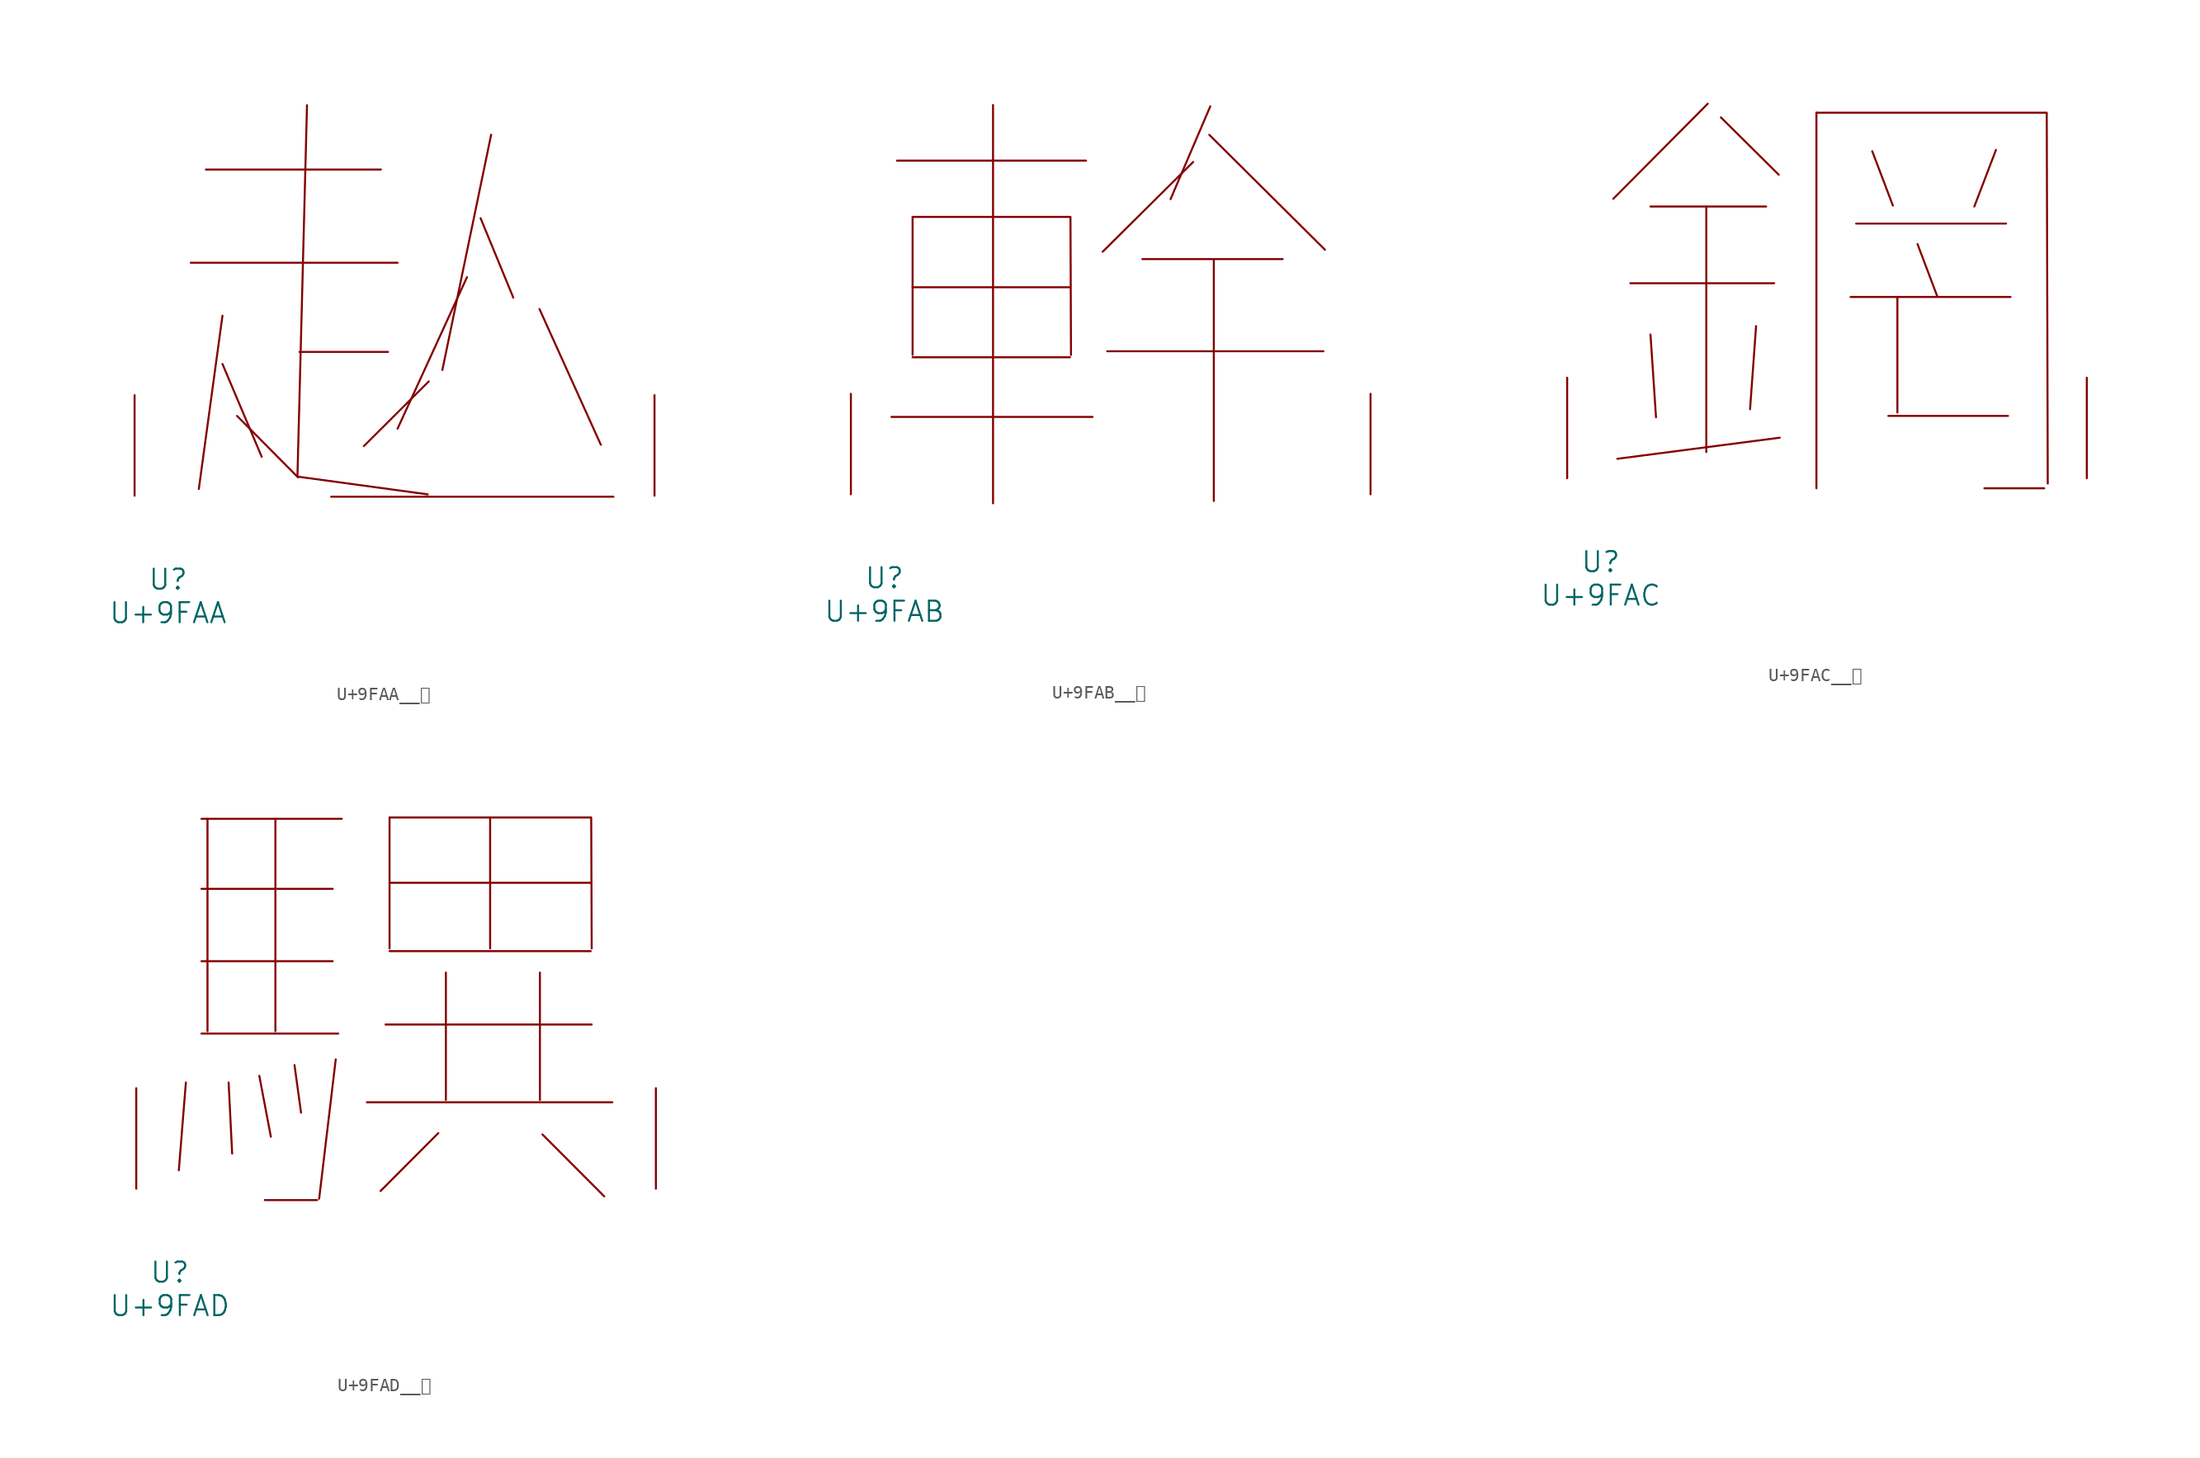
<source format=kicad_sym>
(kicad_symbol_lib
  (version 20231120)
  (generator "kicad_symbol_editor")
  (generator_version "8.0")
  (symbol "U+9FAA__龪"
    (pin_names
      (offset 1.016))
    (property "Reference" "U"
      (at 0 -6.35 0)
      (effects (font (size 1.524 1.524))))
    (property "Value" "U+9FAA"
      (at 0 -8.89 0)
      (effects (font (size 1.524 1.524))))
    (symbol "U+9FAA__龪_0_1"
      (polyline (pts (xy 1.714 17.653) (xy 17.374 17.653)) (stroke (width 0) (type solid)) (fill (type none)))
      (polyline (pts (xy 2.857 24.714) (xy 16.116 24.714)) (stroke (width 0) (type solid)) (fill (type none)))
      (polyline (pts (xy 4.115 9.982) (xy 7.087 2.946)) (stroke (width 0) (type solid)) (fill (type none)))
      (polyline (pts (xy 4.115 13.64) (xy 2.324 0.508)) (stroke (width 0) (type solid)) (fill (type none)))
      (polyline (pts (xy 5.22 6.045) (xy 9.83 1.397)) (stroke (width 0) (type solid)) (fill (type none)))
      (polyline (pts (xy 9.944 10.897) (xy 16.65 10.897)) (stroke (width 0) (type solid)) (fill (type none)))
      (polyline (pts (xy 12.344 -0.076) (xy 33.718 -0.076)) (stroke (width 0) (type solid)) (fill (type none)))
      (polyline (pts (xy 19.736 8.661) (xy 14.821 3.759)) (stroke (width 0) (type solid)) (fill (type none)))
      (polyline (pts (xy 22.631 16.561) (xy 17.374 5.08)) (stroke (width 0) (type solid)) (fill (type none)))
      (polyline (pts (xy 23.66 21.031) (xy 26.137 15.011)) (stroke (width 0) (type solid)) (fill (type none)))
      (polyline (pts (xy 24.46 27.356) (xy 20.765 9.525)) (stroke (width 0) (type solid)) (fill (type none)))
      (polyline (pts (xy 28.118 14.148) (xy 32.766 3.861)) (stroke (width 0) (type solid)) (fill (type none)))
      (polyline (pts (xy 10.516 29.591) (xy 9.792 1.448) (xy 19.66 0.102)) (stroke (width 0) (type solid)) (fill (type none)))
      (pin input line (at -2.54 0 90) (length 7.62) (name "~" (effects (font (size 1.27 1.27)))) (number "~" (effects (font (size 1.27 1.27)))))
      (pin input line (at 36.83 0 90) (length 7.62) (name "~" (effects (font (size 1.27 1.27)))) (number "~" (effects (font (size 1.27 1.27)))))))
  (symbol "U+9FAB__龫"
    (pin_names
      (offset 1.016))
    (property "Reference" "U"
      (at 0 -6.35 0)
      (effects (font (size 1.524 1.524))))
    (property "Value" "U+9FAB"
      (at 0 -8.89 0)
      (effects (font (size 1.524 1.524))))
    (symbol "U+9FAB__龫_0_1"
      (polyline (pts (xy 0.533 5.867) (xy 15.773 5.867)) (stroke (width 0) (type solid)) (fill (type none)))
      (polyline (pts (xy 0.953 25.298) (xy 15.278 25.298)) (stroke (width 0) (type solid)) (fill (type none)))
      (polyline (pts (xy 2.134 10.389) (xy 14.059 10.389)) (stroke (width 0) (type solid)) (fill (type none)))
      (polyline (pts (xy 2.134 15.697) (xy 14.059 15.697)) (stroke (width 0) (type solid)) (fill (type none)))
      (polyline (pts (xy 2.134 21.031) (xy 2.134 10.566)) (stroke (width 0) (type solid)) (fill (type none)))
      (polyline (pts (xy 8.23 29.515) (xy 8.23 -0.686)) (stroke (width 0) (type solid)) (fill (type none)))
      (polyline (pts (xy 16.878 10.846) (xy 33.261 10.846)) (stroke (width 0) (type solid)) (fill (type none)))
      (polyline (pts (xy 19.545 17.831) (xy 30.175 17.831)) (stroke (width 0) (type solid)) (fill (type none)))
      (polyline (pts (xy 23.393 25.197) (xy 16.535 18.39)) (stroke (width 0) (type solid)) (fill (type none)))
      (polyline (pts (xy 24.613 27.254) (xy 33.376 18.542)) (stroke (width 0) (type solid)) (fill (type none)))
      (polyline (pts (xy 24.689 29.413) (xy 21.679 22.377)) (stroke (width 0) (type solid)) (fill (type none)))
      (polyline (pts (xy 24.956 17.831) (xy 24.956 -0.508)) (stroke (width 0) (type solid)) (fill (type none)))
      (polyline (pts (xy 2.134 21.031) (xy 14.097 21.031) (xy 14.135 10.566)) (stroke (width 0) (type solid)) (fill (type none)))
      (pin input line (at -2.54 0 90) (length 7.62) (name "~" (effects (font (size 1.27 1.27)))) (number "~" (effects (font (size 1.27 1.27)))))
      (pin input line (at 36.83 0 90) (length 7.62) (name "~" (effects (font (size 1.27 1.27)))) (number "~" (effects (font (size 1.27 1.27)))))))
  (symbol "U+9FAC__龬"
    (pin_names
      (offset 1.016))
    (property "Reference" "U"
      (at 0 -6.35 0)
      (effects (font (size 1.524 1.524))))
    (property "Value" "U+9FAC"
      (at 0 -8.89 0)
      (effects (font (size 1.524 1.524))))
    (symbol "U+9FAC__龬_0_1"
      (polyline (pts (xy 2.248 14.783) (xy 13.145 14.783)) (stroke (width 0) (type solid)) (fill (type none)))
      (polyline (pts (xy 3.772 10.897) (xy 4.191 4.623)) (stroke (width 0) (type solid)) (fill (type none)))
      (polyline (pts (xy 3.772 20.599) (xy 12.535 20.599)) (stroke (width 0) (type solid)) (fill (type none)))
      (polyline (pts (xy 8.001 20.599) (xy 8.001 1.981)) (stroke (width 0) (type solid)) (fill (type none)))
      (polyline (pts (xy 8.115 28.397) (xy 0.953 21.184)) (stroke (width 0) (type solid)) (fill (type none)))
      (polyline (pts (xy 9.106 27.356) (xy 13.487 23.012)) (stroke (width 0) (type solid)) (fill (type none)))
      (polyline (pts (xy 11.773 11.532) (xy 11.316 5.232)) (stroke (width 0) (type solid)) (fill (type none)))
      (polyline (pts (xy 13.564 3.073) (xy 1.257 1.473)) (stroke (width 0) (type solid)) (fill (type none)))
      (polyline (pts (xy 16.345 27.711) (xy 16.345 -0.762)) (stroke (width 0) (type solid)) (fill (type none)))
      (polyline (pts (xy 18.936 13.741) (xy 31.052 13.741)) (stroke (width 0) (type solid)) (fill (type none)))
      (polyline (pts (xy 19.355 19.304) (xy 30.709 19.304)) (stroke (width 0) (type solid)) (fill (type none)))
      (polyline (pts (xy 20.574 24.79) (xy 22.136 20.676)) (stroke (width 0) (type solid)) (fill (type none)))
      (polyline (pts (xy 21.793 4.724) (xy 30.861 4.724)) (stroke (width 0) (type solid)) (fill (type none)))
      (polyline (pts (xy 22.479 13.741) (xy 22.479 4.978)) (stroke (width 0) (type solid)) (fill (type none)))
      (polyline (pts (xy 24.003 17.755) (xy 25.489 13.818)) (stroke (width 0) (type solid)) (fill (type none)))
      (polyline (pts (xy 29.07 -0.762) (xy 33.604 -0.762)) (stroke (width 0) (type solid)) (fill (type none)))
      (polyline (pts (xy 29.947 24.892) (xy 28.308 20.599)) (stroke (width 0) (type solid)) (fill (type none)))
      (polyline (pts (xy 16.345 27.711) (xy 33.795 27.711) (xy 33.871 -0.406)) (stroke (width 0) (type solid)) (fill (type none)))
      (pin input line (at -2.54 0 90) (length 7.62) (name "~" (effects (font (size 1.27 1.27)))) (number "~" (effects (font (size 1.27 1.27)))))
      (pin input line (at 36.83 0 90) (length 7.62) (name "~" (effects (font (size 1.27 1.27)))) (number "~" (effects (font (size 1.27 1.27)))))))
  (symbol "U+9FAD__龭"
    (pin_names
      (offset 1.016))
    (property "Reference" "U"
      (at 0 -6.35 0)
      (effects (font (size 1.524 1.524))))
    (property "Value" "U+9FAD"
      (at 0 -8.89 0)
      (effects (font (size 1.524 1.524))))
    (symbol "U+9FAD__龭_0_1"
      (polyline (pts (xy 1.219 8.052) (xy 0.686 1.397)) (stroke (width 0) (type solid)) (fill (type none)))
      (polyline (pts (xy 2.4 11.76) (xy 12.764 11.76)) (stroke (width 0) (type solid)) (fill (type none)))
      (polyline (pts (xy 2.4 17.247) (xy 12.344 17.247)) (stroke (width 0) (type solid)) (fill (type none)))
      (polyline (pts (xy 2.4 22.733) (xy 12.344 22.733)) (stroke (width 0) (type solid)) (fill (type none)))
      (polyline (pts (xy 2.4 28.042) (xy 13.03 28.042)) (stroke (width 0) (type solid)) (fill (type none)))
      (polyline (pts (xy 2.857 28.042) (xy 2.857 11.938)) (stroke (width 0) (type solid)) (fill (type none)))
      (polyline (pts (xy 4.458 8.052) (xy 4.724 2.667)) (stroke (width 0) (type solid)) (fill (type none)))
      (polyline (pts (xy 6.782 8.56) (xy 7.658 3.937)) (stroke (width 0) (type solid)) (fill (type none)))
      (polyline (pts (xy 7.201 -0.864) (xy 11.163 -0.864)) (stroke (width 0) (type solid)) (fill (type none)))
      (polyline (pts (xy 8.001 28.042) (xy 8.001 11.938)) (stroke (width 0) (type solid)) (fill (type none)))
      (polyline (pts (xy 9.449 9.373) (xy 9.944 5.766)) (stroke (width 0) (type solid)) (fill (type none)))
      (polyline (pts (xy 12.573 9.804) (xy 11.316 -0.762)) (stroke (width 0) (type solid)) (fill (type none)))
      (polyline (pts (xy 14.935 6.553) (xy 33.528 6.553)) (stroke (width 0) (type solid)) (fill (type none)))
      (polyline (pts (xy 16.345 12.446) (xy 31.966 12.446)) (stroke (width 0) (type solid)) (fill (type none)))
      (polyline (pts (xy 16.65 18.009) (xy 31.89 18.009)) (stroke (width 0) (type solid)) (fill (type none)))
      (polyline (pts (xy 16.65 23.19) (xy 31.89 23.19)) (stroke (width 0) (type solid)) (fill (type none)))
      (polyline (pts (xy 16.65 28.143) (xy 16.65 18.212)) (stroke (width 0) (type solid)) (fill (type none)))
      (polyline (pts (xy 20.345 4.216) (xy 15.964 -0.178)) (stroke (width 0) (type solid)) (fill (type none)))
      (polyline (pts (xy 20.917 16.383) (xy 20.917 6.731)) (stroke (width 0) (type solid)) (fill (type none)))
      (polyline (pts (xy 24.27 28.143) (xy 24.27 18.212)) (stroke (width 0) (type solid)) (fill (type none)))
      (polyline (pts (xy 28.042 16.383) (xy 28.042 6.731)) (stroke (width 0) (type solid)) (fill (type none)))
      (polyline (pts (xy 28.232 4.115) (xy 32.918 -0.584)) (stroke (width 0) (type solid)) (fill (type none)))
      (polyline (pts (xy 16.65 28.143) (xy 31.928 28.143) (xy 31.966 18.212)) (stroke (width 0) (type solid)) (fill (type none)))
      (pin input line (at -2.54 0 90) (length 7.62) (name "~" (effects (font (size 1.27 1.27)))) (number "~" (effects (font (size 1.27 1.27)))))
      (pin input line (at 36.83 0 90) (length 7.62) (name "~" (effects (font (size 1.27 1.27)))) (number "~" (effects (font (size 1.27 1.27))))))))
</source>
